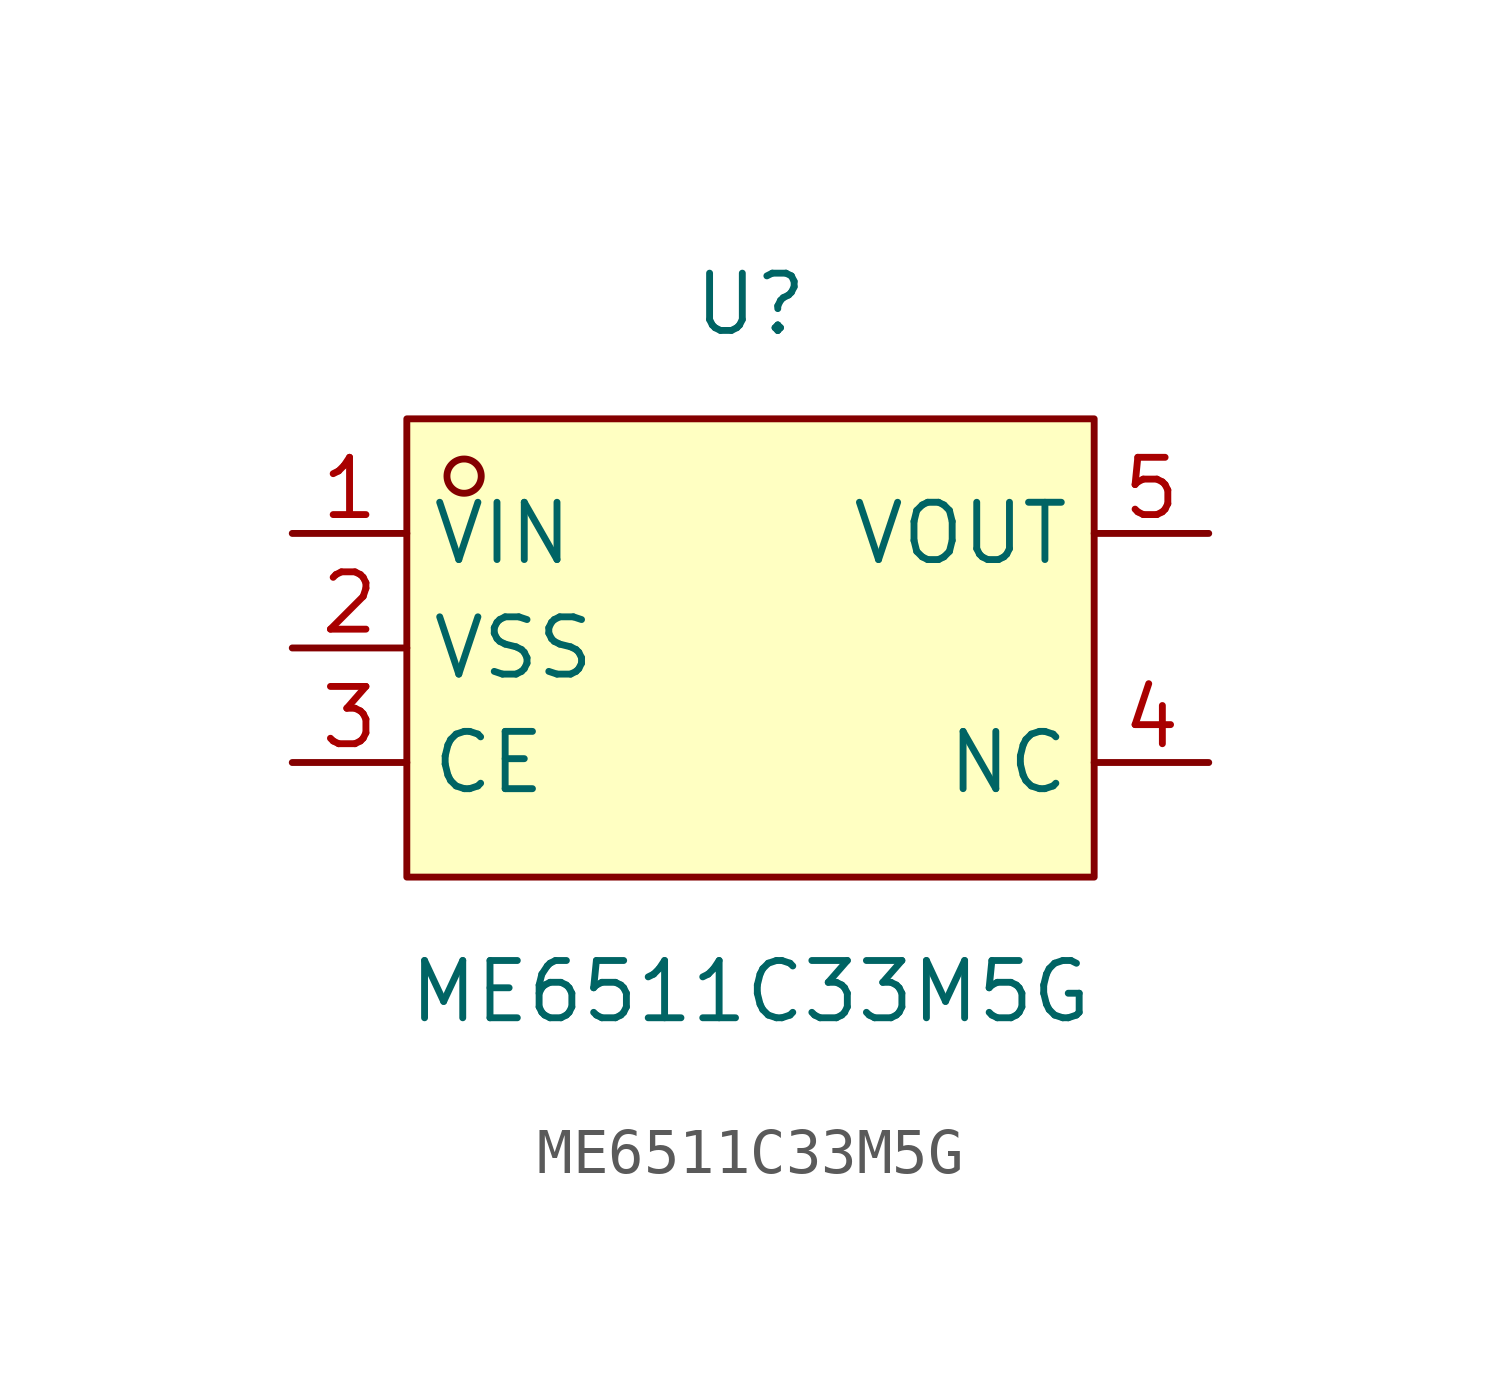
<source format=kicad_sym>
(kicad_symbol_lib
  (version 20211014)
  (generator https://github.com/uPesy/easyeda2kicad.py)
  (symbol "ME6511C33M5G"
    (property "Reference" "U"
      (at 0 7.62 0)
      (effects (font (size 1.27 1.27))))
    (property "Value" "ME6511C33M5G"
      (at 0 -7.62 0)
      (effects (font (size 1.27 1.27))))
    (symbol "ME6511C33M5G_0_1"
      (rectangle (start -7.62 5.08) (end 7.62 -5.08) (stroke (width 0) (type default) (color 0 0 0 0)) (fill (type background)))
      (circle (center -6.35 3.81) (radius 0.38) (stroke (width 0) (type default) (color 0 0 0 0)) (fill (type none)))
      (pin unspecified line (at -10.16 2.54 0) (length 2.54) (name "VIN" (effects (font (size 1.27 1.27)))) (number "1" (effects (font (size 1.27 1.27)))))
      (pin unspecified line (at -10.16 -0.00 0) (length 2.54) (name "VSS" (effects (font (size 1.27 1.27)))) (number "2" (effects (font (size 1.27 1.27)))))
      (pin unspecified line (at -10.16 -2.54 0) (length 2.54) (name "CE" (effects (font (size 1.27 1.27)))) (number "3" (effects (font (size 1.27 1.27)))))
      (pin unspecified line (at 10.16 -2.54 180) (length 2.54) (name "NC" (effects (font (size 1.27 1.27)))) (number "4" (effects (font (size 1.27 1.27)))))
      (pin unspecified line (at 10.16 2.54 180) (length 2.54) (name "VOUT" (effects (font (size 1.27 1.27)))) (number "5" (effects (font (size 1.27 1.27))))))))
</source>
